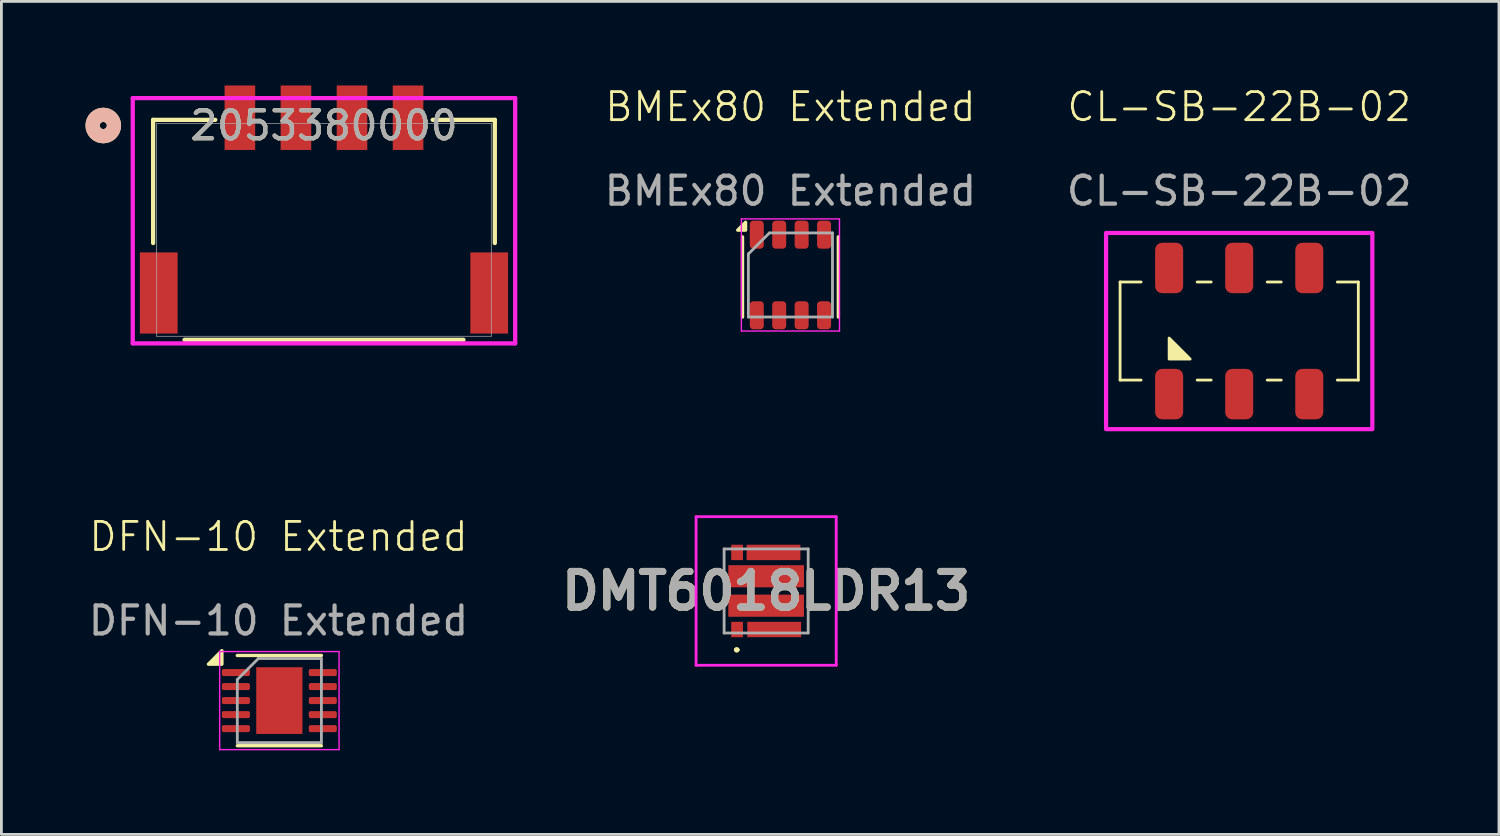
<source format=kicad_pcb>
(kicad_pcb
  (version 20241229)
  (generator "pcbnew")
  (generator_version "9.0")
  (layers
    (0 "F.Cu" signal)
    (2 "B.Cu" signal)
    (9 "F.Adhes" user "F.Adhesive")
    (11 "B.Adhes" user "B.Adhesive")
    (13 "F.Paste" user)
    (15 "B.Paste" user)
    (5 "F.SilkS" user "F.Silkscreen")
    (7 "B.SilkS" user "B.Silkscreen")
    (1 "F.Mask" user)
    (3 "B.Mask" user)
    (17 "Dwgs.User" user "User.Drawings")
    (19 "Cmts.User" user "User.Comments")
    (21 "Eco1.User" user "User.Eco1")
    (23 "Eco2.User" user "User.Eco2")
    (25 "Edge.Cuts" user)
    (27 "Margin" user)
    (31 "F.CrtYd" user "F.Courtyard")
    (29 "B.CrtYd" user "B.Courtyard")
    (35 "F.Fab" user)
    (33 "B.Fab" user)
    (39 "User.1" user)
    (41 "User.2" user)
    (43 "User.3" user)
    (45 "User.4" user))
  (footprint "BMEx80 Extended"
    (layer "F.Cu")
    (at 25.151 6.761)
    (property "Reference" "BMEx80 Extended" (at 0 -6 0) (unlocked yes) (layer "F.SilkS") (effects (font (size 1 1) (thickness 0.1))))
    (attr smd)
    (fp_line (start -1.71 -1.36) (end -1.71 1.5) (stroke (width 0.12) (type solid)) (layer "F.SilkS"))
    (fp_line (start 1.71 -1.36) (end 1.71 1.5) (stroke (width 0.12) (type solid)) (layer "F.SilkS"))
    (fp_poly (pts (xy -1.6 -1.6) (xy -1.88 -1.6) (xy -1.6 -1.88) (xy -1.6 -1.6)) (stroke (width 0.12) (type solid)) (fill yes) (layer "F.SilkS"))
    (fp_line (start -1.75 -2) (end -1.75 2) (stroke (width 0.05) (type solid)) (layer "F.CrtYd"))
    (fp_line (start -1.75 2) (end 1.75 2) (stroke (width 0.05) (type solid)) (layer "F.CrtYd"))
    (fp_line (start 1.75 -2) (end -1.75 -2) (stroke (width 0.05) (type solid)) (layer "F.CrtYd"))
    (fp_line (start 1.75 2) (end 1.75 -2) (stroke (width 0.05) (type solid)) (layer "F.CrtYd"))
    (fp_line (start -1.5 -0.75) (end -0.75 -1.5) (stroke (width 0.1) (type solid)) (layer "F.Fab"))
    (fp_line (start -1.5 1.5) (end -1.5 -0.75) (stroke (width 0.1) (type solid)) (layer "F.Fab"))
    (fp_line (start -0.75 -1.5) (end 1.5 -1.5) (stroke (width 0.1) (type solid)) (layer "F.Fab"))
    (fp_line (start 1.5 -1.5) (end 1.5 1.5) (stroke (width 0.1) (type solid)) (layer "F.Fab"))
    (fp_line (start 1.5 1.5) (end -1.5 1.5) (stroke (width 0.1) (type solid)) (layer "F.Fab"))
    (fp_text user "${REFERENCE}" (at 0 -3 0) (unlocked yes) (layer "F.Fab") (effects (font (size 1 1) (thickness 0.15))))
    (pad "1" smd roundrect (at -1.2 -1.438) (size 0.5 1) (layers "F.Cu" "F.Mask" "F.Paste") (roundrect_rratio 0.25))
    (pad "2" smd roundrect (at -0.4 -1.438) (size 0.5 1) (layers "F.Cu" "F.Mask" "F.Paste") (roundrect_rratio 0.25))
    (pad "3" smd roundrect (at 0.4 -1.438) (size 0.5 1) (layers "F.Cu" "F.Mask" "F.Paste") (roundrect_rratio 0.25))
    (pad "4" smd roundrect (at 1.2 -1.438) (size 0.5 1) (layers "F.Cu" "F.Mask" "F.Paste") (roundrect_rratio 0.25))
    (pad "5" smd roundrect (at 1.2 1.438) (size 0.5 1) (layers "F.Cu" "F.Mask" "F.Paste") (roundrect_rratio 0.25))
    (pad "6" smd roundrect (at 0.4 1.438) (size 0.5 1) (layers "F.Cu" "F.Mask" "F.Paste") (roundrect_rratio 0.25))
    (pad "7" smd roundrect (at -0.4 1.438) (size 0.5 1) (layers "F.Cu" "F.Mask" "F.Paste") (roundrect_rratio 0.25))
    (pad "8" smd roundrect (at -1.2 1.438) (size 0.5 1) (layers "F.Cu" "F.Mask" "F.Paste") (roundrect_rratio 0.25)))
  (footprint "2053380000"
    (layer "F.Cu")
    (at 8.509 5.15)
    (property "Reference" "2053380000" (at 0 -3.722 0) (unlocked yes) (layer "F.SilkS") (effects (font (size 1 1) (thickness 0.15))))
    (attr smd)
    (fp_line (start -6.096 -3.924) (end -6.096 0.472) (stroke (width 0.152) (type solid)) (layer "F.SilkS"))
    (fp_line (start -4.976 3.924) (end 4.976 3.924) (stroke (width 0.152) (type solid)) (layer "F.SilkS"))
    (fp_line (start -3.879 -3.924) (end -6.096 -3.924) (stroke (width 0.152) (type solid)) (layer "F.SilkS"))
    (fp_line (start 6.096 -3.924) (end 3.879 -3.924) (stroke (width 0.152) (type solid)) (layer "F.SilkS"))
    (fp_line (start 6.096 0.472) (end 6.096 -3.924) (stroke (width 0.152) (type solid)) (layer "F.SilkS"))
    (fp_circle (center -7.874 -3.722) (end -7.493 -3.722) (stroke (width 0.508) (type solid)) (fill no) (layer "F.SilkS"))
    (fp_circle (center -7.874 -3.722) (end -7.493 -3.722) (stroke (width 0.508) (type solid)) (fill no) (layer "B.SilkS"))
    (fp_line (start -6.822 -4.7) (end -6.822 4.051) (stroke (width 0.152) (type solid)) (layer "F.CrtYd"))
    (fp_line (start -6.822 4.051) (end 6.822 4.051) (stroke (width 0.152) (type solid)) (layer "F.CrtYd"))
    (fp_line (start 6.822 -4.7) (end -6.822 -4.7) (stroke (width 0.152) (type solid)) (layer "F.CrtYd"))
    (fp_line (start 6.822 4.051) (end 6.822 -4.7) (stroke (width 0.152) (type solid)) (layer "F.CrtYd"))
    (fp_line (start -5.969 -3.797) (end -5.969 3.797) (stroke (width 0.025) (type solid)) (layer "F.Fab"))
    (fp_line (start -5.969 3.797) (end 5.969 3.797) (stroke (width 0.025) (type solid)) (layer "F.Fab"))
    (fp_line (start 5.969 -3.797) (end -5.969 -3.797) (stroke (width 0.025) (type solid)) (layer "F.Fab"))
    (fp_line (start 5.969 3.797) (end 5.969 -3.797) (stroke (width 0.025) (type solid)) (layer "F.Fab"))
    (fp_text user "${REFERENCE}" (at 0 -3.722 0) (unlocked yes) (layer "F.Fab") (effects (font (size 1 1) (thickness 0.15))))
    (pad "1" smd rect (at -3 -4) (size 1.092 2.3) (layers "F.Cu" "F.Mask" "F.Paste"))
    (pad "2" smd rect (at -1 -4) (size 1.092 2.3) (layers "F.Cu" "F.Mask" "F.Paste"))
    (pad "3" smd rect (at 1 -4) (size 1.092 2.3) (layers "F.Cu" "F.Mask" "F.Paste"))
    (pad "4" smd rect (at 3 -4) (size 1.092 2.3) (layers "F.Cu" "F.Mask" "F.Paste"))
    (pad "5" smd rect (at -5.895 2.253) (size 1.346 2.896) (layers "F.Cu" "F.Mask" "F.Paste"))
    (pad "6" smd rect (at 5.895 2.253) (size 1.346 2.896) (layers "F.Cu" "F.Mask" "F.Paste")))
  (footprint "DFN-10 Extended"
    (layer "F.Cu")
    (at 6.887 21.996)
    (property "Reference" "DFN-10 Extended" (at 0 -5.9 0) (unlocked yes) (layer "F.SilkS") (effects (font (size 1 1) (thickness 0.1))))
    (attr smd)
    (fp_line (start -1.47 -1.66) (end 1.53 -1.66) (stroke (width 0.12) (type solid)) (layer "F.SilkS"))
    (fp_line (start -1.47 1.56) (end 1.53 1.56) (stroke (width 0.12) (type solid)) (layer "F.SilkS"))
    (fp_poly (pts (xy -2.02 -1.35) (xy -2.5 -1.35) (xy -2.02 -1.83) (xy -2.02 -1.35)) (stroke (width 0.12) (type solid)) (fill yes) (layer "F.SilkS"))
    (fp_line (start -2.1 -1.8) (end -2.1 1.7) (stroke (width 0.05) (type solid)) (layer "F.CrtYd"))
    (fp_line (start -2.1 1.7) (end 2.16 1.7) (stroke (width 0.05) (type solid)) (layer "F.CrtYd"))
    (fp_line (start 2.16 -1.8) (end -2.1 -1.8) (stroke (width 0.05) (type solid)) (layer "F.CrtYd"))
    (fp_line (start 2.16 1.7) (end 2.16 -1.8) (stroke (width 0.05) (type solid)) (layer "F.CrtYd"))
    (fp_line (start -1.47 -0.8) (end -0.72 -1.55) (stroke (width 0.1) (type solid)) (layer "F.Fab"))
    (fp_line (start -1.47 1.45) (end -1.47 -0.8) (stroke (width 0.1) (type solid)) (layer "F.Fab"))
    (fp_line (start -0.72 -1.55) (end 1.53 -1.55) (stroke (width 0.1) (type solid)) (layer "F.Fab"))
    (fp_line (start 1.53 -1.55) (end 1.53 1.45) (stroke (width 0.1) (type solid)) (layer "F.Fab"))
    (fp_line (start 1.53 1.45) (end -1.47 1.45) (stroke (width 0.1) (type solid)) (layer "F.Fab"))
    (fp_text user "${REFERENCE}" (at 0 -2.9 0) (unlocked yes) (layer "F.Fab") (effects (font (size 1 1) (thickness 0.15))))
    (pad "1" smd roundrect (at -1.52 -1.05) (size 1 0.25) (layers "F.Cu" "F.Mask" "F.Paste") (roundrect_rratio 0.25))
    (pad "2" smd roundrect (at -1.52 -0.55) (size 1 0.25) (layers "F.Cu" "F.Mask" "F.Paste") (roundrect_rratio 0.25))
    (pad "3" smd roundrect (at -1.52 -0.05) (size 1 0.25) (layers "F.Cu" "F.Mask" "F.Paste") (roundrect_rratio 0.25))
    (pad "4" smd roundrect (at -1.52 0.45) (size 1 0.25) (layers "F.Cu" "F.Mask" "F.Paste") (roundrect_rratio 0.25))
    (pad "5" smd roundrect (at -1.52 0.95) (size 1 0.25) (layers "F.Cu" "F.Mask" "F.Paste") (roundrect_rratio 0.25))
    (pad "6" smd roundrect (at 1.58 0.95) (size 1 0.25) (layers "F.Cu" "F.Mask" "F.Paste") (roundrect_rratio 0.25))
    (pad "7" smd roundrect (at 1.58 0.45) (size 1 0.25) (layers "F.Cu" "F.Mask" "F.Paste") (roundrect_rratio 0.25))
    (pad "8" smd roundrect (at 1.58 -0.05) (size 1 0.25) (layers "F.Cu" "F.Mask" "F.Paste") (roundrect_rratio 0.25))
    (pad "9" smd roundrect (at 1.58 -0.55) (size 1 0.25) (layers "F.Cu" "F.Mask" "F.Paste") (roundrect_rratio 0.25))
    (pad "10" smd roundrect (at 1.58 -1.05) (size 1 0.25) (layers "F.Cu" "F.Mask" "F.Paste") (roundrect_rratio 0.25))
    (pad "11" smd rect (at 0.03 -0.05) (size 1.65 2.38) (property pad_prop_heatsink) (layers "F.Cu" "F.Mask")))
  (footprint "CL-SB-22B-02"
    (layer "F.Cu")
    (at 41.163 8.761)
    (property "Reference" "CL-SB-22B-02" (at 0 -8 0) (unlocked yes) (layer "F.SilkS") (effects (font (size 1 1) (thickness 0.1))))
    (attr smd)
    (fp_line (start -4.25 -1.75) (end -4.25 1.75) (stroke (width 0.1) (type default)) (layer "F.SilkS"))
    (fp_line (start -4.25 1.75) (end -3.5 1.75) (stroke (width 0.1) (type default)) (layer "F.SilkS"))
    (fp_line (start -3.5 -1.75) (end -4.25 -1.75) (stroke (width 0.1) (type default)) (layer "F.SilkS"))
    (fp_line (start -1.5 1.75) (end -1 1.75) (stroke (width 0.1) (type default)) (layer "F.SilkS"))
    (fp_line (start -1 -1.75) (end -1.5 -1.75) (stroke (width 0.1) (type default)) (layer "F.SilkS"))
    (fp_line (start 1.5 -1.75) (end 1 -1.75) (stroke (width 0.1) (type default)) (layer "F.SilkS"))
    (fp_line (start 1.5 1.75) (end 1 1.75) (stroke (width 0.1) (type default)) (layer "F.SilkS"))
    (fp_line (start 3.5 -1.75) (end 4.25 -1.75) (stroke (width 0.1) (type default)) (layer "F.SilkS"))
    (fp_line (start 4.25 -1.75) (end 4.25 1.75) (stroke (width 0.1) (type default)) (layer "F.SilkS"))
    (fp_line (start 4.25 1.75) (end 3.5 1.75) (stroke (width 0.1) (type default)) (layer "F.SilkS"))
    (fp_poly (pts (xy -2.5 1) (xy -2.5 0.25) (xy -1.75 1)) (stroke (width 0.1) (type solid)) (fill yes) (layer "F.SilkS"))
    (fp_rect (start -4.75 -3.5) (end 4.75 3.5) (stroke (width 0.15) (type default)) (fill no) (layer "F.CrtYd"))
    (fp_text user "${REFERENCE}" (at 0 -5 0) (unlocked yes) (layer "F.Fab") (effects (font (size 1 1) (thickness 0.15))))
    (pad "1" smd roundrect (at -2.5 2.25) (size 1 1.8) (layers "F.Cu" "F.Mask" "F.Paste") (roundrect_rratio 0.25))
    (pad "2" smd roundrect (at 0 2.25) (size 1 1.8) (layers "F.Cu" "F.Mask" "F.Paste") (roundrect_rratio 0.25))
    (pad "3" smd roundrect (at 2.5 2.25) (size 1 1.8) (layers "F.Cu" "F.Mask" "F.Paste") (roundrect_rratio 0.25))
    (pad "4" smd roundrect (at 2.5 -2.25) (size 1 1.8) (layers "F.Cu" "F.Mask" "F.Paste") (roundrect_rratio 0.25))
    (pad "5" smd roundrect (at 0 -2.25) (size 1 1.8) (layers "F.Cu" "F.Mask" "F.Paste") (roundrect_rratio 0.25))
    (pad "6" smd roundrect (at -2.5 -2.25) (size 1 1.8) (layers "F.Cu" "F.Mask" "F.Paste") (roundrect_rratio 0.25)))
  (footprint "DMT6018LDR13"
    (layer "F.Cu")
    (at 24.285 18.035)
    (property "Reference" "DMT6018LDR13" (at 0 0 0) (layer "F.SilkS") (effects (font (size 1.27 1.27) (thickness 0.254))))
    (attr smd)
    (fp_line (start -1.1 2.1) (end -1.1 2.1) (stroke (width 0.1) (type solid)) (layer "F.SilkS"))
    (fp_line (start -1 2.1) (end -1 2.1) (stroke (width 0.1) (type solid)) (layer "F.SilkS"))
    (fp_arc (start -1.1 2.1) (mid -1.05 2.05) (end -1 2.1) (stroke (width 0.1) (type solid)) (layer "F.SilkS"))
    (fp_arc (start -1 2.1) (mid -1.05 2.15) (end -1.1 2.1) (stroke (width 0.1) (type solid)) (layer "F.SilkS"))
    (fp_line (start -2.5 -2.65) (end 2.5 -2.65) (stroke (width 0.1) (type solid)) (layer "F.CrtYd"))
    (fp_line (start -2.5 2.65) (end -2.5 -2.65) (stroke (width 0.1) (type solid)) (layer "F.CrtYd"))
    (fp_line (start 2.5 -2.65) (end 2.5 2.65) (stroke (width 0.1) (type solid)) (layer "F.CrtYd"))
    (fp_line (start 2.5 2.65) (end -2.5 2.65) (stroke (width 0.1) (type solid)) (layer "F.CrtYd"))
    (fp_line (start -1.5 -1.5) (end 1.5 -1.5) (stroke (width 0.1) (type solid)) (layer "F.Fab"))
    (fp_line (start -1.5 1.5) (end -1.5 -1.5) (stroke (width 0.1) (type solid)) (layer "F.Fab"))
    (fp_line (start 1.5 -1.5) (end 1.5 1.5) (stroke (width 0.1) (type solid)) (layer "F.Fab"))
    (fp_line (start 1.5 1.5) (end -1.5 1.5) (stroke (width 0.1) (type solid)) (layer "F.Fab"))
    (fp_text user "${REFERENCE}" (at 0 0 0) (layer "F.Fab") (effects (font (size 1.27 1.27) (thickness 0.254))))
    (pad "1" smd rect (at -1.037 1.375) (size 0.42 0.55) (layers "F.Cu" "F.Mask" "F.Paste"))
    (pad "2" smd rect (at 0.288 1.375 90) (size 0.55 1.92) (layers "F.Cu" "F.Mask" "F.Paste"))
    (pad "3" smd rect (at 0.263 -1.375 90) (size 0.55 1.92) (layers "F.Cu" "F.Mask" "F.Paste"))
    (pad "4" smd rect (at -1.037 -1.375) (size 0.42 0.55) (layers "F.Cu" "F.Mask" "F.Paste"))
    (pad "5" smd rect (at 0 -0.525 90) (size 0.79 2.7) (layers "F.Cu" "F.Mask" "F.Paste"))
    (pad "6" smd rect (at 0 0.525 90) (size 0.79 2.7) (layers "F.Cu" "F.Mask" "F.Paste")))
  (gr_rect
    (start -3 -3)
    (end 50.431 26.721)
    (stroke (width 0.1) (type default))
    (fill no)
    (layer "Edge.Cuts")))
</source>
